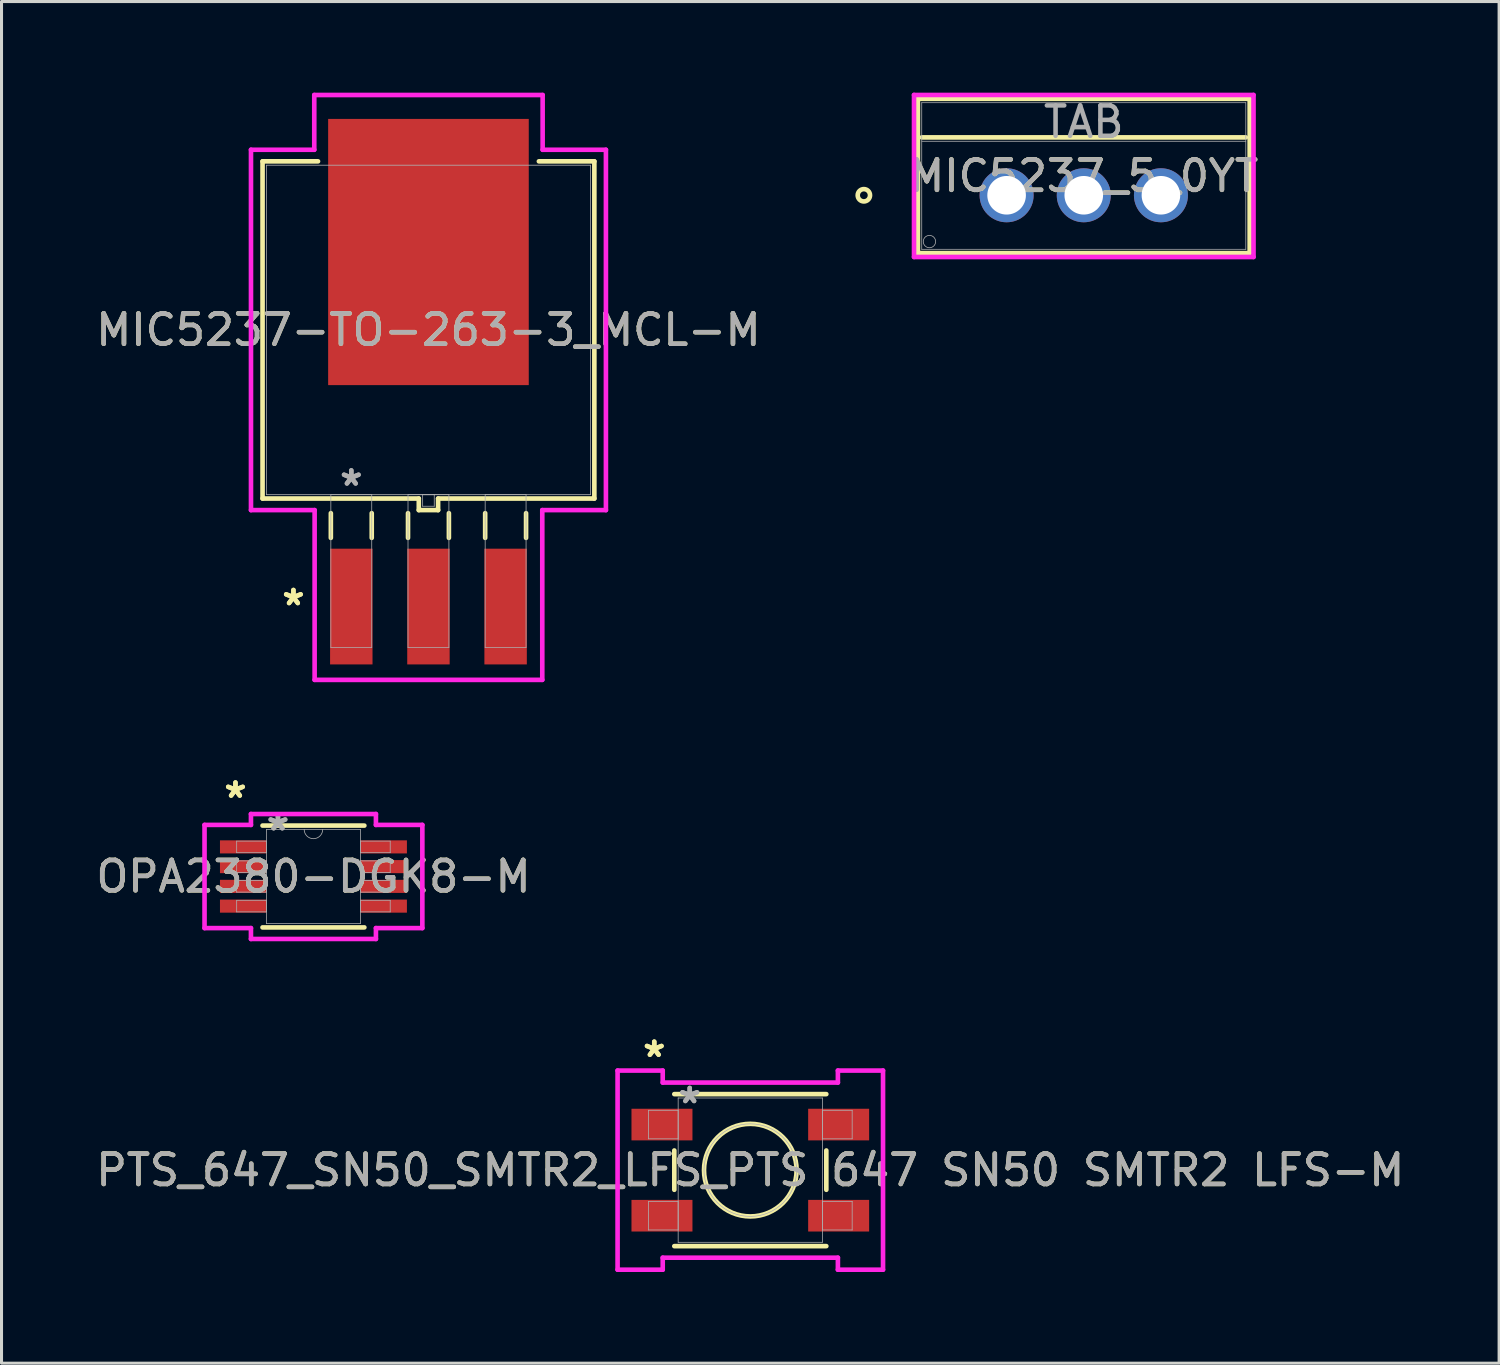
<source format=kicad_pcb>
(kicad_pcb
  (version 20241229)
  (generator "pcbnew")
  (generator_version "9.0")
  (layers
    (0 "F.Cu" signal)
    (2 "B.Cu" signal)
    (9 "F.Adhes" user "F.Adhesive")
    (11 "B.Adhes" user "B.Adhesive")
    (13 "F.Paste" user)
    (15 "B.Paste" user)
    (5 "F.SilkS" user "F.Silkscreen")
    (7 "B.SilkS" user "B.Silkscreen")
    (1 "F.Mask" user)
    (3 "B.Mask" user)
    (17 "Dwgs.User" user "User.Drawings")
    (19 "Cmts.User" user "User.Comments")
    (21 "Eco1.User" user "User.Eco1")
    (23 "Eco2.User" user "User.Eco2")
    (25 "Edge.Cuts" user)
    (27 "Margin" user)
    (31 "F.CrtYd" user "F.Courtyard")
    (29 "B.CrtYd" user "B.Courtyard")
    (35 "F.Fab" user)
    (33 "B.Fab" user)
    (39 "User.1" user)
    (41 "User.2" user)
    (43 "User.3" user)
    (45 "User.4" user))
  (footprint "MIC5237-TO-263-3_MCL-M"
    (layer "F.Cu")
    (at 11.054 7.811)
    (property "Reference" "MIC5237-TO-263-3_MCL-M" (at 0 0 0) (unlocked yes) (layer "F.SilkS") (effects (font (size 1 1) (thickness 0.15))))
    (attr smd)
    (fp_line (start -5.461 -5.55) (end -5.461 5.55) (stroke (width 0.152) (type solid)) (layer "F.SilkS"))
    (fp_line (start -5.461 5.55) (end -0.318 5.55) (stroke (width 0.152) (type solid)) (layer "F.SilkS"))
    (fp_line (start -3.635 -5.55) (end -5.461 -5.55) (stroke (width 0.152) (type solid)) (layer "F.SilkS"))
    (fp_line (start -3.213 6.032) (end -3.213 6.845) (stroke (width 0.152) (type solid)) (layer "F.SilkS"))
    (fp_line (start -1.867 6.032) (end -1.867 6.845) (stroke (width 0.152) (type solid)) (layer "F.SilkS"))
    (fp_line (start -0.673 6.032) (end -0.673 6.845) (stroke (width 0.152) (type solid)) (layer "F.SilkS"))
    (fp_line (start -0.318 5.55) (end -0.318 5.931) (stroke (width 0.152) (type solid)) (layer "F.SilkS"))
    (fp_line (start -0.318 5.931) (end 0.318 5.931) (stroke (width 0.152) (type solid)) (layer "F.SilkS"))
    (fp_line (start 0.318 5.55) (end 5.461 5.55) (stroke (width 0.152) (type solid)) (layer "F.SilkS"))
    (fp_line (start 0.318 5.931) (end 0.318 5.55) (stroke (width 0.152) (type solid)) (layer "F.SilkS"))
    (fp_line (start 0.673 6.032) (end 0.673 6.845) (stroke (width 0.152) (type solid)) (layer "F.SilkS"))
    (fp_line (start 1.867 6.032) (end 1.867 6.845) (stroke (width 0.152) (type solid)) (layer "F.SilkS"))
    (fp_line (start 3.213 6.032) (end 3.213 6.845) (stroke (width 0.152) (type solid)) (layer "F.SilkS"))
    (fp_line (start 5.461 -5.55) (end 3.635 -5.55) (stroke (width 0.152) (type solid)) (layer "F.SilkS"))
    (fp_line (start 5.461 5.55) (end 5.461 -5.55) (stroke (width 0.152) (type solid)) (layer "F.SilkS"))
    (fp_line (start -5.842 -5.931) (end -3.759 -5.931) (stroke (width 0.152) (type solid)) (layer "F.CrtYd"))
    (fp_line (start -5.842 5.931) (end -5.842 -5.931) (stroke (width 0.152) (type solid)) (layer "F.CrtYd"))
    (fp_line (start -3.759 -7.734) (end 3.759 -7.734) (stroke (width 0.152) (type solid)) (layer "F.CrtYd"))
    (fp_line (start -3.759 -5.931) (end -3.759 -7.734) (stroke (width 0.152) (type solid)) (layer "F.CrtYd"))
    (fp_line (start -3.747 5.931) (end -5.842 5.931) (stroke (width 0.152) (type solid)) (layer "F.CrtYd"))
    (fp_line (start -3.747 11.519) (end -3.747 5.931) (stroke (width 0.152) (type solid)) (layer "F.CrtYd"))
    (fp_line (start 3.747 5.931) (end 3.747 11.519) (stroke (width 0.152) (type solid)) (layer "F.CrtYd"))
    (fp_line (start 3.747 11.519) (end -3.747 11.519) (stroke (width 0.152) (type solid)) (layer "F.CrtYd"))
    (fp_line (start 3.759 -7.734) (end 3.759 -5.931) (stroke (width 0.152) (type solid)) (layer "F.CrtYd"))
    (fp_line (start 3.759 -5.931) (end 5.842 -5.931) (stroke (width 0.152) (type solid)) (layer "F.CrtYd"))
    (fp_line (start 5.842 -5.931) (end 5.842 5.931) (stroke (width 0.152) (type solid)) (layer "F.CrtYd"))
    (fp_line (start 5.842 5.931) (end 3.747 5.931) (stroke (width 0.152) (type solid)) (layer "F.CrtYd"))
    (fp_line (start -5.334 -5.423) (end -5.334 5.423) (stroke (width 0.025) (type solid)) (layer "F.Fab"))
    (fp_line (start -5.334 5.423) (end 5.334 5.423) (stroke (width 0.025) (type solid)) (layer "F.Fab"))
    (fp_line (start -3.213 5.423) (end -3.213 10.452) (stroke (width 0.025) (type solid)) (layer "F.Fab"))
    (fp_line (start -3.213 10.452) (end -1.867 10.452) (stroke (width 0.025) (type solid)) (layer "F.Fab"))
    (fp_line (start -1.867 5.423) (end -3.213 5.423) (stroke (width 0.025) (type solid)) (layer "F.Fab"))
    (fp_line (start -1.867 10.452) (end -1.867 5.423) (stroke (width 0.025) (type solid)) (layer "F.Fab"))
    (fp_line (start -0.673 5.423) (end -0.673 10.452) (stroke (width 0.025) (type solid)) (layer "F.Fab"))
    (fp_line (start -0.673 10.452) (end 0.673 10.452) (stroke (width 0.025) (type solid)) (layer "F.Fab"))
    (fp_line (start -0.191 5.423) (end -0.191 5.804) (stroke (width 0.025) (type solid)) (layer "F.Fab"))
    (fp_line (start -0.191 5.804) (end 0.191 5.804) (stroke (width 0.025) (type solid)) (layer "F.Fab"))
    (fp_line (start 0.191 5.423) (end -0.191 5.423) (stroke (width 0.025) (type solid)) (layer "F.Fab"))
    (fp_line (start 0.191 5.804) (end 0.191 5.423) (stroke (width 0.025) (type solid)) (layer "F.Fab"))
    (fp_line (start 0.673 5.423) (end -0.673 5.423) (stroke (width 0.025) (type solid)) (layer "F.Fab"))
    (fp_line (start 0.673 10.452) (end 0.673 5.423) (stroke (width 0.025) (type solid)) (layer "F.Fab"))
    (fp_line (start 1.867 5.423) (end 1.867 10.452) (stroke (width 0.025) (type solid)) (layer "F.Fab"))
    (fp_line (start 1.867 10.452) (end 3.213 10.452) (stroke (width 0.025) (type solid)) (layer "F.Fab"))
    (fp_line (start 3.213 5.423) (end 1.867 5.423) (stroke (width 0.025) (type solid)) (layer "F.Fab"))
    (fp_line (start 3.213 10.452) (end 3.213 5.423) (stroke (width 0.025) (type solid)) (layer "F.Fab"))
    (fp_line (start 5.334 -5.423) (end -5.334 -5.423) (stroke (width 0.025) (type solid)) (layer "F.Fab"))
    (fp_line (start 5.334 5.423) (end 5.334 -5.423) (stroke (width 0.025) (type solid)) (layer "F.Fab"))
    (fp_text user "*" (at -4.445 9.106 0) (unlocked yes) (layer "F.SilkS") (effects (font (size 1 1) (thickness 0.15))))
    (fp_text user "*" (at -4.445 9.106 0) (layer "F.SilkS") (effects (font (size 1 1) (thickness 0.15))))
    (fp_text user "${REFERENCE}" (at 0 0 0) (unlocked yes) (layer "F.Fab") (effects (font (size 1 1) (thickness 0.15))))
    (fp_text user "*" (at -2.54 5.169 0) (layer "F.Fab") (effects (font (size 1 1) (thickness 0.15))))
    (fp_text user "*" (at -2.54 5.169 0) (unlocked yes) (layer "F.Fab") (effects (font (size 1 1) (thickness 0.15))))
    (pad "1" smd rect (at -2.54 9.106) (size 1.397 3.81) (layers "F.Cu" "F.Mask" "F.Paste"))
    (pad "2" smd rect (at 0 9.106) (size 1.397 3.81) (layers "F.Cu" "F.Mask" "F.Paste"))
    (pad "3" smd rect (at 2.54 9.106) (size 1.397 3.81) (layers "F.Cu" "F.Mask" "F.Paste"))
    (pad "4" smd rect (at 0 -2.565) (size 6.604 8.763) (layers "F.Cu" "F.Mask" "F.Paste")))
  (footprint "OPA2380-DGK8-M"
    (layer "F.Cu")
    (at 7.268 25.803)
    (property "Reference" "OPA2380-DGK8-M" (at 0 0 0) (unlocked yes) (layer "F.SilkS") (effects (font (size 1 1) (thickness 0.15))))
    (attr smd)
    (fp_line (start -1.676 1.676) (end 1.676 1.676) (stroke (width 0.152) (type solid)) (layer "F.SilkS"))
    (fp_line (start 1.676 -1.676) (end -1.676 -1.676) (stroke (width 0.152) (type solid)) (layer "F.SilkS"))
    (fp_line (start -3.585 -1.698) (end -2.057 -1.698) (stroke (width 0.152) (type solid)) (layer "F.CrtYd"))
    (fp_line (start -3.585 1.698) (end -3.585 -1.698) (stroke (width 0.152) (type solid)) (layer "F.CrtYd"))
    (fp_line (start -3.585 1.698) (end -2.057 1.698) (stroke (width 0.152) (type solid)) (layer "F.CrtYd"))
    (fp_line (start -2.057 -2.057) (end 2.057 -2.057) (stroke (width 0.152) (type solid)) (layer "F.CrtYd"))
    (fp_line (start -2.057 -1.698) (end -2.057 -2.057) (stroke (width 0.152) (type solid)) (layer "F.CrtYd"))
    (fp_line (start -2.057 2.057) (end -2.057 1.698) (stroke (width 0.152) (type solid)) (layer "F.CrtYd"))
    (fp_line (start 2.057 -2.057) (end 2.057 -1.698) (stroke (width 0.152) (type solid)) (layer "F.CrtYd"))
    (fp_line (start 2.057 1.698) (end 2.057 2.057) (stroke (width 0.152) (type solid)) (layer "F.CrtYd"))
    (fp_line (start 2.057 2.057) (end -2.057 2.057) (stroke (width 0.152) (type solid)) (layer "F.CrtYd"))
    (fp_line (start 3.585 -1.698) (end 2.057 -1.698) (stroke (width 0.152) (type solid)) (layer "F.CrtYd"))
    (fp_line (start 3.585 -1.698) (end 3.585 1.698) (stroke (width 0.152) (type solid)) (layer "F.CrtYd"))
    (fp_line (start 3.585 1.698) (end 2.057 1.698) (stroke (width 0.152) (type solid)) (layer "F.CrtYd"))
    (fp_line (start -2.527 -1.165) (end -2.527 -0.784) (stroke (width 0.025) (type solid)) (layer "F.Fab"))
    (fp_line (start -2.527 -0.784) (end -1.549 -0.784) (stroke (width 0.025) (type solid)) (layer "F.Fab"))
    (fp_line (start -2.527 -0.515) (end -2.527 -0.135) (stroke (width 0.025) (type solid)) (layer "F.Fab"))
    (fp_line (start -2.527 -0.135) (end -1.549 -0.135) (stroke (width 0.025) (type solid)) (layer "F.Fab"))
    (fp_line (start -2.527 0.135) (end -2.527 0.515) (stroke (width 0.025) (type solid)) (layer "F.Fab"))
    (fp_line (start -2.527 0.515) (end -1.549 0.515) (stroke (width 0.025) (type solid)) (layer "F.Fab"))
    (fp_line (start -2.527 0.784) (end -2.527 1.165) (stroke (width 0.025) (type solid)) (layer "F.Fab"))
    (fp_line (start -2.527 1.165) (end -1.549 1.165) (stroke (width 0.025) (type solid)) (layer "F.Fab"))
    (fp_line (start -1.549 -1.549) (end -1.549 1.549) (stroke (width 0.025) (type solid)) (layer "F.Fab"))
    (fp_line (start -1.549 -1.165) (end -2.527 -1.165) (stroke (width 0.025) (type solid)) (layer "F.Fab"))
    (fp_line (start -1.549 -0.784) (end -1.549 -1.165) (stroke (width 0.025) (type solid)) (layer "F.Fab"))
    (fp_line (start -1.549 -0.515) (end -2.527 -0.515) (stroke (width 0.025) (type solid)) (layer "F.Fab"))
    (fp_line (start -1.549 -0.135) (end -1.549 -0.515) (stroke (width 0.025) (type solid)) (layer "F.Fab"))
    (fp_line (start -1.549 0.135) (end -2.527 0.135) (stroke (width 0.025) (type solid)) (layer "F.Fab"))
    (fp_line (start -1.549 0.515) (end -1.549 0.135) (stroke (width 0.025) (type solid)) (layer "F.Fab"))
    (fp_line (start -1.549 0.784) (end -2.527 0.784) (stroke (width 0.025) (type solid)) (layer "F.Fab"))
    (fp_line (start -1.549 1.165) (end -1.549 0.784) (stroke (width 0.025) (type solid)) (layer "F.Fab"))
    (fp_line (start -1.549 1.549) (end 1.549 1.549) (stroke (width 0.025) (type solid)) (layer "F.Fab"))
    (fp_line (start 1.549 -1.549) (end -1.549 -1.549) (stroke (width 0.025) (type solid)) (layer "F.Fab"))
    (fp_line (start 1.549 -1.165) (end 1.549 -0.784) (stroke (width 0.025) (type solid)) (layer "F.Fab"))
    (fp_line (start 1.549 -0.784) (end 2.527 -0.784) (stroke (width 0.025) (type solid)) (layer "F.Fab"))
    (fp_line (start 1.549 -0.515) (end 1.549 -0.135) (stroke (width 0.025) (type solid)) (layer "F.Fab"))
    (fp_line (start 1.549 -0.135) (end 2.527 -0.135) (stroke (width 0.025) (type solid)) (layer "F.Fab"))
    (fp_line (start 1.549 0.135) (end 1.549 0.515) (stroke (width 0.025) (type solid)) (layer "F.Fab"))
    (fp_line (start 1.549 0.515) (end 2.527 0.515) (stroke (width 0.025) (type solid)) (layer "F.Fab"))
    (fp_line (start 1.549 0.784) (end 1.549 1.165) (stroke (width 0.025) (type solid)) (layer "F.Fab"))
    (fp_line (start 1.549 1.165) (end 2.527 1.165) (stroke (width 0.025) (type solid)) (layer "F.Fab"))
    (fp_line (start 1.549 1.549) (end 1.549 -1.549) (stroke (width 0.025) (type solid)) (layer "F.Fab"))
    (fp_line (start 2.527 -1.165) (end 1.549 -1.165) (stroke (width 0.025) (type solid)) (layer "F.Fab"))
    (fp_line (start 2.527 -0.784) (end 2.527 -1.165) (stroke (width 0.025) (type solid)) (layer "F.Fab"))
    (fp_line (start 2.527 -0.515) (end 1.549 -0.515) (stroke (width 0.025) (type solid)) (layer "F.Fab"))
    (fp_line (start 2.527 -0.135) (end 2.527 -0.515) (stroke (width 0.025) (type solid)) (layer "F.Fab"))
    (fp_line (start 2.527 0.135) (end 1.549 0.135) (stroke (width 0.025) (type solid)) (layer "F.Fab"))
    (fp_line (start 2.527 0.515) (end 2.527 0.135) (stroke (width 0.025) (type solid)) (layer "F.Fab"))
    (fp_line (start 2.527 0.784) (end 1.549 0.784) (stroke (width 0.025) (type solid)) (layer "F.Fab"))
    (fp_line (start 2.527 1.165) (end 2.527 0.784) (stroke (width 0.025) (type solid)) (layer "F.Fab"))
    (fp_arc (start 0.3048 -1.5494) (mid 0 -1.2446) (end -0.3048 -1.5494) (stroke (width 0.0254) (type solid)) (layer "F.Fab"))
    (fp_text user "*" (at -2.567 -2.549 0) (unlocked yes) (layer "F.SilkS") (effects (font (size 1 1) (thickness 0.15))))
    (fp_text user "*" (at -2.567 -2.549 0) (layer "F.SilkS") (effects (font (size 1 1) (thickness 0.15))))
    (fp_text user "${REFERENCE}" (at 0 0 0) (unlocked yes) (layer "F.Fab") (effects (font (size 1 1) (thickness 0.15))))
    (fp_text user "*" (at -1.168 -1.473 0) (unlocked yes) (layer "F.Fab") (effects (font (size 1 1) (thickness 0.15))))
    (fp_text user "*" (at -1.168 -1.473 0) (layer "F.Fab") (effects (font (size 1 1) (thickness 0.15))))
    (pad "1" smd rect (at -2.313 -0.975) (size 1.528 0.431) (layers "F.Cu" "F.Mask" "F.Paste"))
    (pad "2" smd rect (at -2.313 -0.325) (size 1.528 0.431) (layers "F.Cu" "F.Mask" "F.Paste"))
    (pad "3" smd rect (at -2.313 0.325) (size 1.528 0.431) (layers "F.Cu" "F.Mask" "F.Paste"))
    (pad "4" smd rect (at -2.313 0.975) (size 1.528 0.431) (layers "F.Cu" "F.Mask" "F.Paste"))
    (pad "5" smd rect (at 2.313 0.975) (size 1.528 0.431) (layers "F.Cu" "F.Mask" "F.Paste"))
    (pad "6" smd rect (at 2.313 0.325) (size 1.528 0.431) (layers "F.Cu" "F.Mask" "F.Paste"))
    (pad "7" smd rect (at 2.313 -0.325) (size 1.528 0.431) (layers "F.Cu" "F.Mask" "F.Paste"))
    (pad "8" smd rect (at 2.313 -0.975) (size 1.528 0.431) (layers "F.Cu" "F.Mask" "F.Paste")))
  (footprint "MIC5237_5_0YT"
    (layer "F.Cu")
    (at 30.086 3.378)
    (property "Reference" "MIC5237_5_0YT" (at 2.54 -0.635 0) (unlocked yes) (layer "F.SilkS") (effects (font (size 1 1) (thickness 0.15))))
    (attr through_hole)
    (fp_line (start -2.921 -3.175) (end -2.921 1.905) (stroke (width 0.152) (type solid)) (layer "F.SilkS"))
    (fp_line (start -2.921 1.905) (end 8.001 1.905) (stroke (width 0.152) (type solid)) (layer "F.SilkS"))
    (fp_line (start -2.794 -1.905) (end 7.874 -1.905) (stroke (width 0.152) (type solid)) (layer "F.SilkS"))
    (fp_line (start 8.001 -3.175) (end -2.921 -3.175) (stroke (width 0.152) (type solid)) (layer "F.SilkS"))
    (fp_line (start 8.001 1.905) (end 8.001 -3.175) (stroke (width 0.152) (type solid)) (layer "F.SilkS"))
    (fp_circle (center -4.699 0) (end -4.496 0) (stroke (width 0.152) (type solid)) (fill no) (layer "F.SilkS"))
    (fp_line (start -3.048 -3.302) (end -3.048 2.032) (stroke (width 0.152) (type solid)) (layer "F.CrtYd"))
    (fp_line (start -3.048 2.032) (end 8.128 2.032) (stroke (width 0.152) (type solid)) (layer "F.CrtYd"))
    (fp_line (start 8.128 -3.302) (end -3.048 -3.302) (stroke (width 0.152) (type solid)) (layer "F.CrtYd"))
    (fp_line (start 8.128 2.032) (end 8.128 -3.302) (stroke (width 0.152) (type solid)) (layer "F.CrtYd"))
    (fp_line (start -2.794 -3.048) (end -2.794 1.778) (stroke (width 0.025) (type solid)) (layer "F.Fab"))
    (fp_line (start -2.794 -1.778) (end 7.874 -1.778) (stroke (width 0.025) (type solid)) (layer "F.Fab"))
    (fp_line (start -2.794 1.778) (end 7.874 1.778) (stroke (width 0.025) (type solid)) (layer "F.Fab"))
    (fp_line (start 7.874 -3.048) (end -2.794 -3.048) (stroke (width 0.025) (type solid)) (layer "F.Fab"))
    (fp_line (start 7.874 1.778) (end 7.874 -3.048) (stroke (width 0.025) (type solid)) (layer "F.Fab"))
    (fp_circle (center -2.54 1.524) (end -2.337 1.524) (stroke (width 0.025) (type solid)) (fill no) (layer "F.Fab"))
    (fp_text user "${REFERENCE}" (at 2.54 -0.635 0) (unlocked yes) (layer "F.Fab") (effects (font (size 1 1) (thickness 0.15))))
    (fp_text user "TAB" (at 2.54 -2.413 0) (unlocked yes) (layer "F.Fab") (effects (font (size 1 1) (thickness 0.15))))
    (pad "1" thru_hole circle (at 0 0) (size 1.778 1.778) (drill 1.27) (layers "*.Cu" "*.Mask"))
    (pad "2" thru_hole circle (at 2.54 0) (size 1.778 1.778) (drill 1.27) (layers "*.Cu" "*.Mask"))
    (pad "3" thru_hole circle (at 5.08 0) (size 1.778 1.778) (drill 1.27) (layers "*.Cu" "*.Mask")))
  (footprint "PTS_647_SN50_SMTR2_LFS_PTS 647 SN50 SMTR2 LFS-M"
    (layer "F.Cu")
    (at 21.649 35.469)
    (property "Reference" "PTS_647_SN50_SMTR2_LFS_PTS 647 SN50 SMTR2 LFS-M" (at 0 0 0) (unlocked yes) (layer "F.SilkS") (effects (font (size 1 1) (thickness 0.15))))
    (attr smd)
    (fp_line (start -2.502 -0.647) (end -2.502 0.647) (stroke (width 0.152) (type solid)) (layer "F.SilkS"))
    (fp_line (start -2.502 2.502) (end 2.502 2.502) (stroke (width 0.152) (type solid)) (layer "F.SilkS"))
    (fp_line (start 2.502 -2.502) (end -2.502 -2.502) (stroke (width 0.152) (type solid)) (layer "F.SilkS"))
    (fp_line (start 2.502 0.647) (end 2.502 -0.647) (stroke (width 0.152) (type solid)) (layer "F.SilkS"))
    (fp_circle (center 0 0) (end 1.524 0) (stroke (width 0.152) (type solid)) (fill no) (layer "F.SilkS"))
    (fp_line (start -4.369 -3.278) (end -2.883 -3.278) (stroke (width 0.152) (type solid)) (layer "F.CrtYd"))
    (fp_line (start -4.369 3.278) (end -4.369 -3.278) (stroke (width 0.152) (type solid)) (layer "F.CrtYd"))
    (fp_line (start -2.883 -3.278) (end -2.883 -2.883) (stroke (width 0.152) (type solid)) (layer "F.CrtYd"))
    (fp_line (start -2.883 -2.883) (end 2.883 -2.883) (stroke (width 0.152) (type solid)) (layer "F.CrtYd"))
    (fp_line (start -2.883 2.883) (end -2.883 3.278) (stroke (width 0.152) (type solid)) (layer "F.CrtYd"))
    (fp_line (start -2.883 3.278) (end -4.369 3.278) (stroke (width 0.152) (type solid)) (layer "F.CrtYd"))
    (fp_line (start 2.883 -3.278) (end 4.369 -3.278) (stroke (width 0.152) (type solid)) (layer "F.CrtYd"))
    (fp_line (start 2.883 -2.883) (end 2.883 -3.278) (stroke (width 0.152) (type solid)) (layer "F.CrtYd"))
    (fp_line (start 2.883 2.883) (end -2.883 2.883) (stroke (width 0.152) (type solid)) (layer "F.CrtYd"))
    (fp_line (start 2.883 3.278) (end 2.883 2.883) (stroke (width 0.152) (type solid)) (layer "F.CrtYd"))
    (fp_line (start 4.369 -3.278) (end 4.369 3.278) (stroke (width 0.152) (type solid)) (layer "F.CrtYd"))
    (fp_line (start 4.369 3.278) (end 2.883 3.278) (stroke (width 0.152) (type solid)) (layer "F.CrtYd"))
    (fp_line (start -3.353 -1.97) (end -3.353 -1.03) (stroke (width 0.025) (type solid)) (layer "F.Fab"))
    (fp_line (start -3.353 -1.03) (end -2.375 -1.03) (stroke (width 0.025) (type solid)) (layer "F.Fab"))
    (fp_line (start -3.353 1.03) (end -3.353 1.97) (stroke (width 0.025) (type solid)) (layer "F.Fab"))
    (fp_line (start -3.353 1.97) (end -2.375 1.97) (stroke (width 0.025) (type solid)) (layer "F.Fab"))
    (fp_line (start -2.375 -2.375) (end -2.375 2.375) (stroke (width 0.025) (type solid)) (layer "F.Fab"))
    (fp_line (start -2.375 -1.97) (end -3.353 -1.97) (stroke (width 0.025) (type solid)) (layer "F.Fab"))
    (fp_line (start -2.375 -1.03) (end -2.375 -1.97) (stroke (width 0.025) (type solid)) (layer "F.Fab"))
    (fp_line (start -2.375 1.03) (end -3.353 1.03) (stroke (width 0.025) (type solid)) (layer "F.Fab"))
    (fp_line (start -2.375 1.97) (end -2.375 1.03) (stroke (width 0.025) (type solid)) (layer "F.Fab"))
    (fp_line (start -2.375 2.375) (end 2.375 2.375) (stroke (width 0.025) (type solid)) (layer "F.Fab"))
    (fp_line (start 2.375 -2.375) (end -2.375 -2.375) (stroke (width 0.025) (type solid)) (layer "F.Fab"))
    (fp_line (start 2.375 -1.97) (end 2.375 -1.03) (stroke (width 0.025) (type solid)) (layer "F.Fab"))
    (fp_line (start 2.375 -1.03) (end 3.353 -1.03) (stroke (width 0.025) (type solid)) (layer "F.Fab"))
    (fp_line (start 2.375 1.03) (end 2.375 1.97) (stroke (width 0.025) (type solid)) (layer "F.Fab"))
    (fp_line (start 2.375 1.97) (end 3.353 1.97) (stroke (width 0.025) (type solid)) (layer "F.Fab"))
    (fp_line (start 2.375 2.375) (end 2.375 -2.375) (stroke (width 0.025) (type solid)) (layer "F.Fab"))
    (fp_line (start 3.353 -1.97) (end 2.375 -1.97) (stroke (width 0.025) (type solid)) (layer "F.Fab"))
    (fp_line (start 3.353 -1.03) (end 3.353 -1.97) (stroke (width 0.025) (type solid)) (layer "F.Fab"))
    (fp_line (start 3.353 1.03) (end 2.375 1.03) (stroke (width 0.025) (type solid)) (layer "F.Fab"))
    (fp_line (start 3.353 1.97) (end 3.353 1.03) (stroke (width 0.025) (type solid)) (layer "F.Fab"))
    (fp_circle (center 0 0) (end 1.524 0) (stroke (width 0.025) (type solid)) (fill no) (layer "F.Fab"))
    (fp_text user "*" (at -3.162 -3.684 0) (layer "F.SilkS") (effects (font (size 1 1) (thickness 0.15))))
    (fp_text user "*" (at -3.162 -3.684 0) (unlocked yes) (layer "F.SilkS") (effects (font (size 1 1) (thickness 0.15))))
    (fp_text user "*" (at -1.994 -2.16 0) (layer "F.Fab") (effects (font (size 1 1) (thickness 0.15))))
    (fp_text user "*" (at -1.994 -2.16 0) (unlocked yes) (layer "F.Fab") (effects (font (size 1 1) (thickness 0.15))))
    (fp_text user "${REFERENCE}" (at 0 0 0) (unlocked yes) (layer "F.Fab") (effects (font (size 1 1) (thickness 0.15))))
    (pad "1" smd rect (at -2.908 -1.5) (size 2.007 1.041) (layers "F.Cu" "F.Mask" "F.Paste"))
    (pad "2" smd rect (at 2.908 -1.5) (size 2.007 1.041) (layers "F.Cu" "F.Mask" "F.Paste"))
    (pad "3" smd rect (at -2.908 1.5) (size 2.007 1.041) (layers "F.Cu" "F.Mask" "F.Paste"))
    (pad "4" smd rect (at 2.908 1.5) (size 2.007 1.041) (layers "F.Cu" "F.Mask" "F.Paste")))
  (gr_rect
    (start -3 -3)
    (end 46.298 41.823)
    (stroke (width 0.1) (type default))
    (fill no)
    (layer "Edge.Cuts")))
</source>
